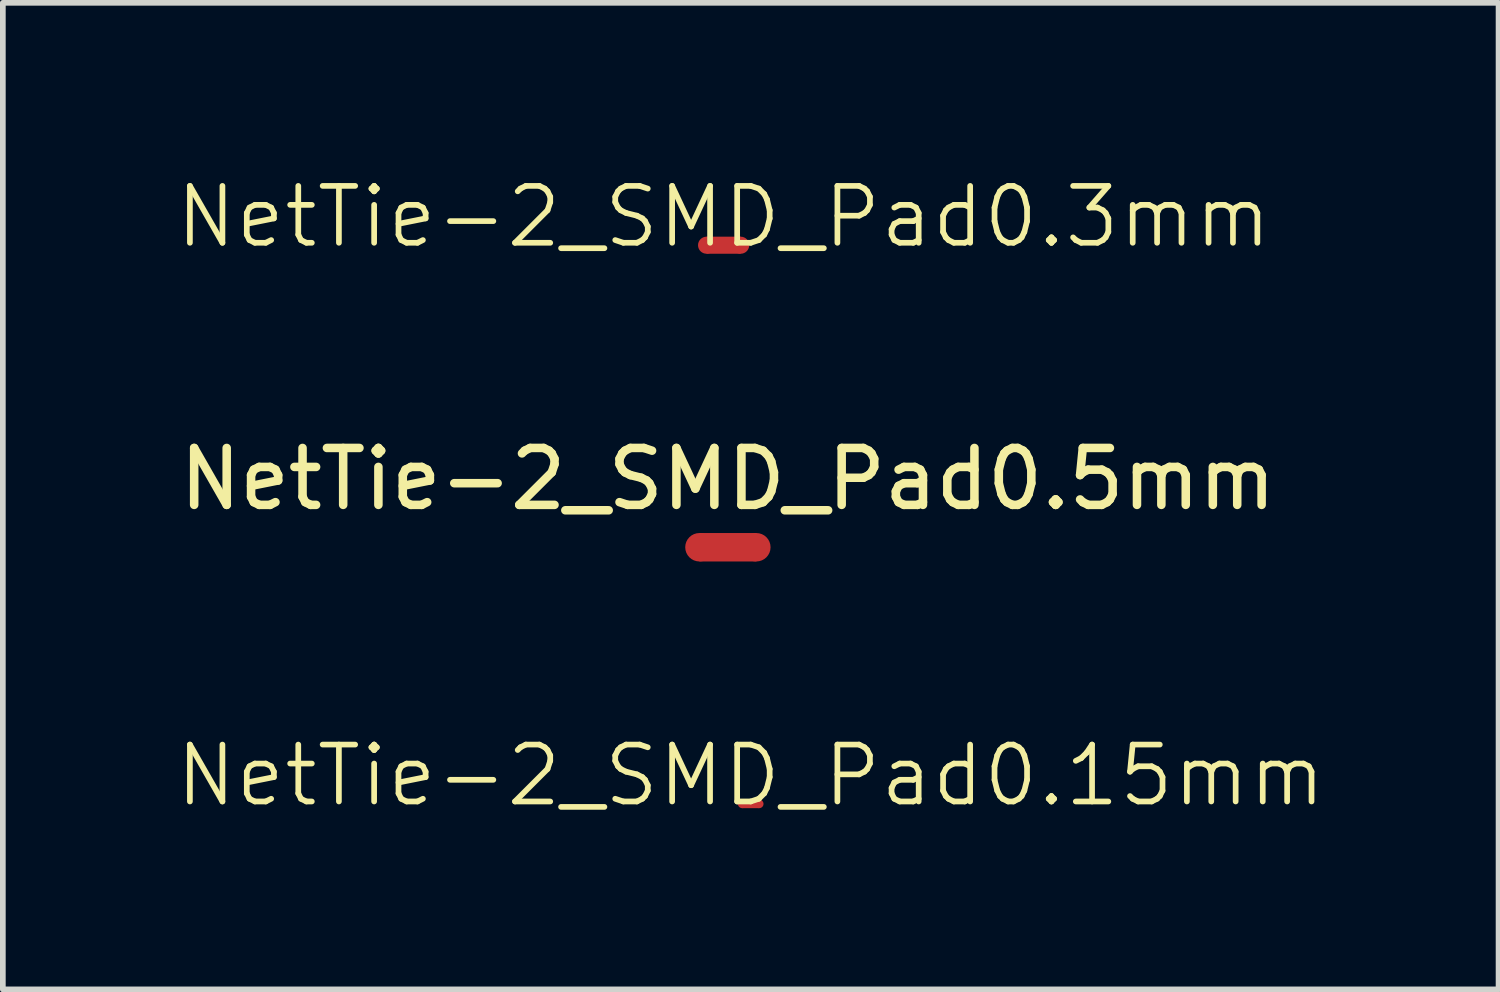
<source format=kicad_pcb>
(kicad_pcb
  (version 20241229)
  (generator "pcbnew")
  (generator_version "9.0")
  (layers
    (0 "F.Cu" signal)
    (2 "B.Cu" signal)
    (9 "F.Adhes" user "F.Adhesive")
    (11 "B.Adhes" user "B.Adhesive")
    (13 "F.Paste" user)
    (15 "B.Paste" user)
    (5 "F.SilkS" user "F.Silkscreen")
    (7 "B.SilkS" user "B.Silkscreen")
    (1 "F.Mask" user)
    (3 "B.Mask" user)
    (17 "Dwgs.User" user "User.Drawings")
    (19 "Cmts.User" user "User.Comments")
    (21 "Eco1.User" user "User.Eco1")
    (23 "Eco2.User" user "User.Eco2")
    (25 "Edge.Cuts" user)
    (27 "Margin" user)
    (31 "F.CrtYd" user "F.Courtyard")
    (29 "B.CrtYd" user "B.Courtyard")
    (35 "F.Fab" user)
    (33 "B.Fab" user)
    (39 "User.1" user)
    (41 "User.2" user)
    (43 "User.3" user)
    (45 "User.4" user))
  (footprint "NetTie-2_SMD_Pad0.3mm"
    (layer "F.Cu")
    (at 9.669 1.26)
    (property "Reference" "NetTie-2_SMD_Pad0.3mm" (at 0 -0.5 0) (unlocked yes) (layer "F.SilkS") (effects (font (size 1 1) (thickness 0.1))))
    (attr smd exclude_from_pos_files exclude_from_bom allow_missing_courtyard)
    (pad "1" smd circle (at -0.3 0) (size 0.3 0.3) (layers "F.Cu"))
    (pad "1" smd rect (at 0 0 270) (size 0.3 0.6) (layers "F.Cu"))
    (pad "2" smd circle (at 0.3 0) (size 0.3 0.3) (layers "F.Cu")))
  (footprint "NetTie-2_SMD_Pad0.15mm"
    (layer "F.Cu")
    (at 10.145 11.08)
    (property "Reference" "NetTie-2_SMD_Pad0.15mm" (at 0 -0.5 0) (unlocked yes) (layer "F.SilkS") (effects (font (size 1 1) (thickness 0.1))))
    (attr smd exclude_from_pos_files exclude_from_bom allow_missing_courtyard)
    (pad "1" smd circle (at -0.15 0) (size 0.15 0.15) (layers "F.Cu"))
    (pad "1" smd rect (at 0 0 270) (size 0.15 0.3) (layers "F.Cu"))
    (pad "2" smd circle (at 0.15 0) (size 0.15 0.15) (layers "F.Cu")))
  (footprint "NetTie-2_SMD_Pad0.5mm"
    (layer "F.Cu")
    (at 9.744 6.569)
    (property "Reference" "NetTie-2_SMD_Pad0.5mm" (at 0 -1.2 0) (layer "F.SilkS") (effects (font (size 1 1) (thickness 0.15))))
    (attr exclude_from_pos_files exclude_from_bom allow_missing_courtyard)
    (pad "1" smd circle (at -0.5 0) (size 0.5 0.5) (layers "F.Cu"))
    (pad "1" smd rect (at 0 0 270) (size 0.5 1) (layers "F.Cu"))
    (pad "2" smd circle (at 0.5 0) (size 0.5 0.5) (layers "F.Cu")))
  (gr_rect
    (start -3 -3)
    (end 23.29 14.34)
    (stroke (width 0.1) (type default))
    (fill no)
    (layer "Edge.Cuts")))
</source>
